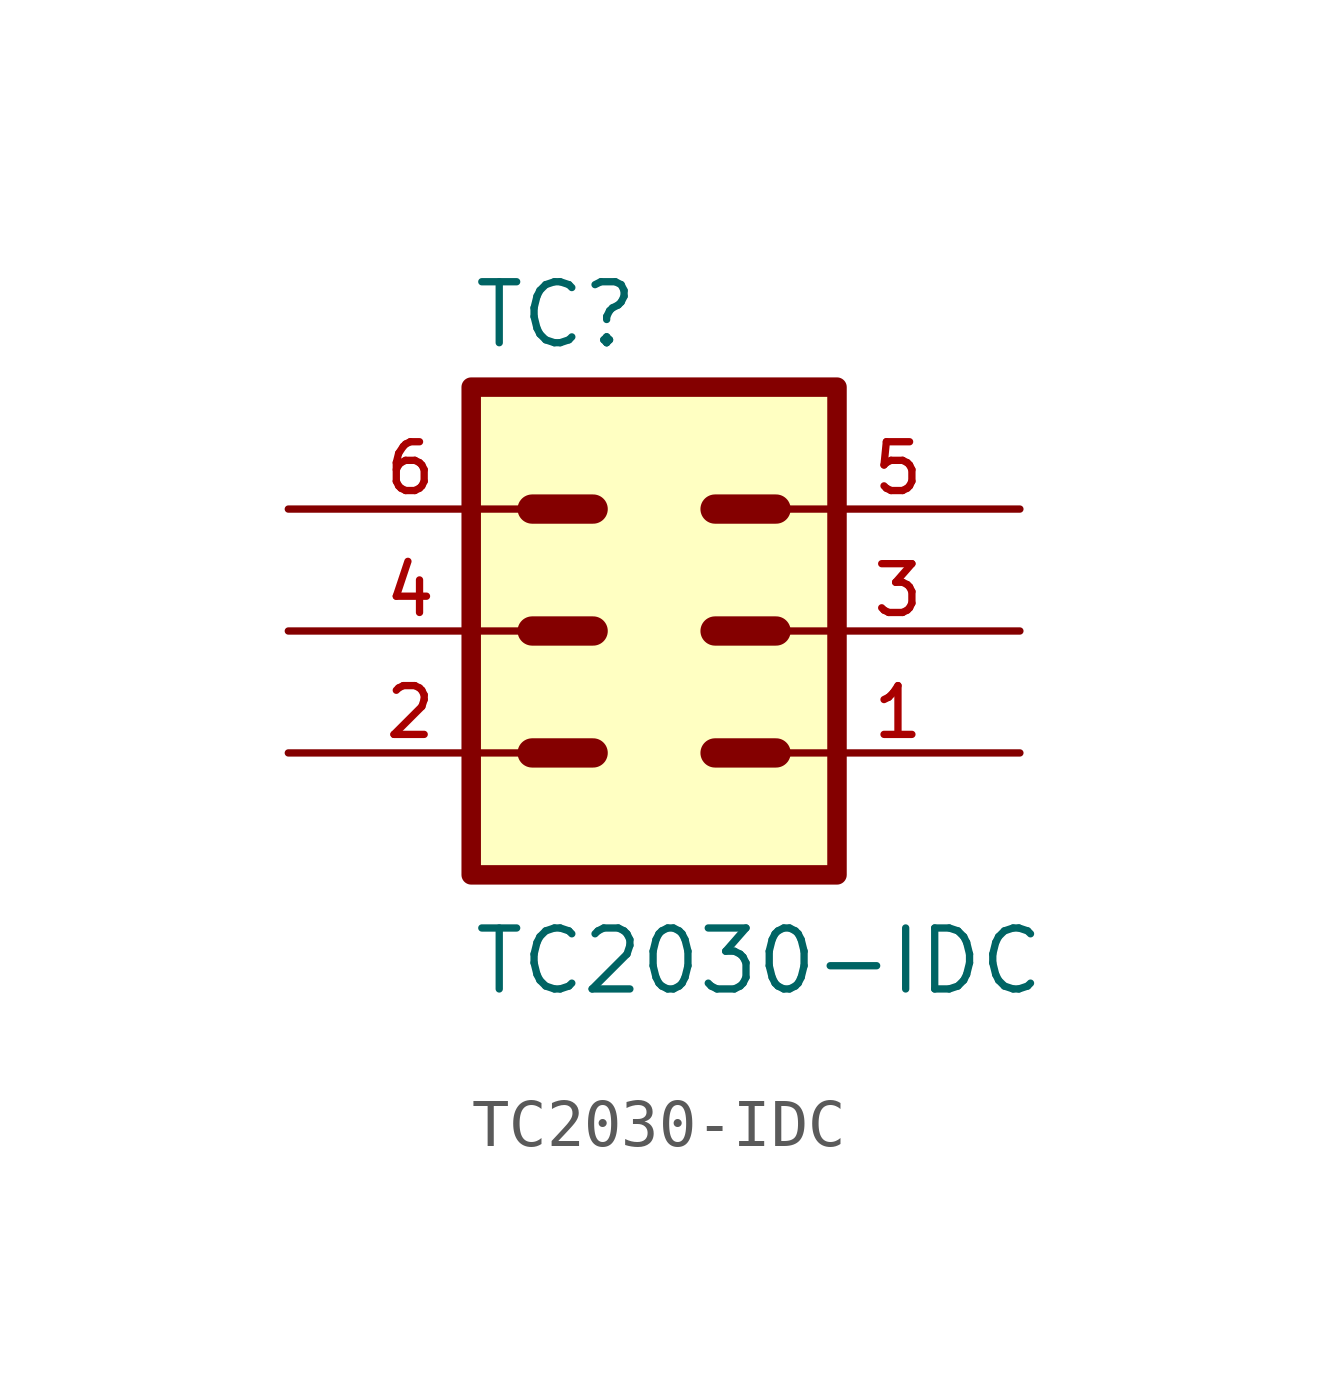
<source format=kicad_sym>
(kicad_symbol_lib
  (version 20211014)
  (generator kicad_symbol_editor)
  (symbol "TC2030-IDC"
    (pin_names
      (offset 1.016))
    (property "Reference" "TC"
      (at -3.81 5.842 0)
      (effects (font (size 1.27 1.27)) (justify bottom left)))
    (property "Value" "TC2030-IDC"
      (at -3.81 -7.62 0)
      (effects (font (size 1.27 1.27)) (justify bottom left)))
    (symbol "TC2030-IDC_0_0"
      (polyline (pts (xy 1.27 2.54) (xy 2.54 2.54)) (stroke (width 0.61)))
      (polyline (pts (xy 1.27 0.0) (xy 2.54 0.0)) (stroke (width 0.61)))
      (polyline (pts (xy 1.27 -2.54) (xy 2.54 -2.54)) (stroke (width 0.61)))
      (polyline (pts (xy -2.54 2.54) (xy -1.27 2.54)) (stroke (width 0.61)))
      (polyline (pts (xy -2.54 0.0) (xy -1.27 0.0)) (stroke (width 0.61)))
      (polyline (pts (xy -2.54 -2.54) (xy -1.27 -2.54)) (stroke (width 0.61)))
      (rectangle (start -3.81 -5.08) (end 3.81 5.08) (stroke (width 0.406)) (fill (type background)))
      (pin passive line (at 7.62 -2.54 180.0) (length 5.08) (name "~" (effects (font (size 1.016 1.016)))) (number "1" (effects (font (size 1.016 1.016)))))
      (pin passive line (at 7.62 0.0 180.0) (length 5.08) (name "~" (effects (font (size 1.016 1.016)))) (number "3" (effects (font (size 1.016 1.016)))))
      (pin passive line (at 7.62 2.54 180.0) (length 5.08) (name "~" (effects (font (size 1.016 1.016)))) (number "5" (effects (font (size 1.016 1.016)))))
      (pin passive line (at -7.62 -2.54 0) (length 5.08) (name "~" (effects (font (size 1.016 1.016)))) (number "2" (effects (font (size 1.016 1.016)))))
      (pin passive line (at -7.62 0.0 0) (length 5.08) (name "~" (effects (font (size 1.016 1.016)))) (number "4" (effects (font (size 1.016 1.016)))))
      (pin passive line (at -7.62 2.54 0) (length 5.08) (name "~" (effects (font (size 1.016 1.016)))) (number "6" (effects (font (size 1.016 1.016))))))))
</source>
